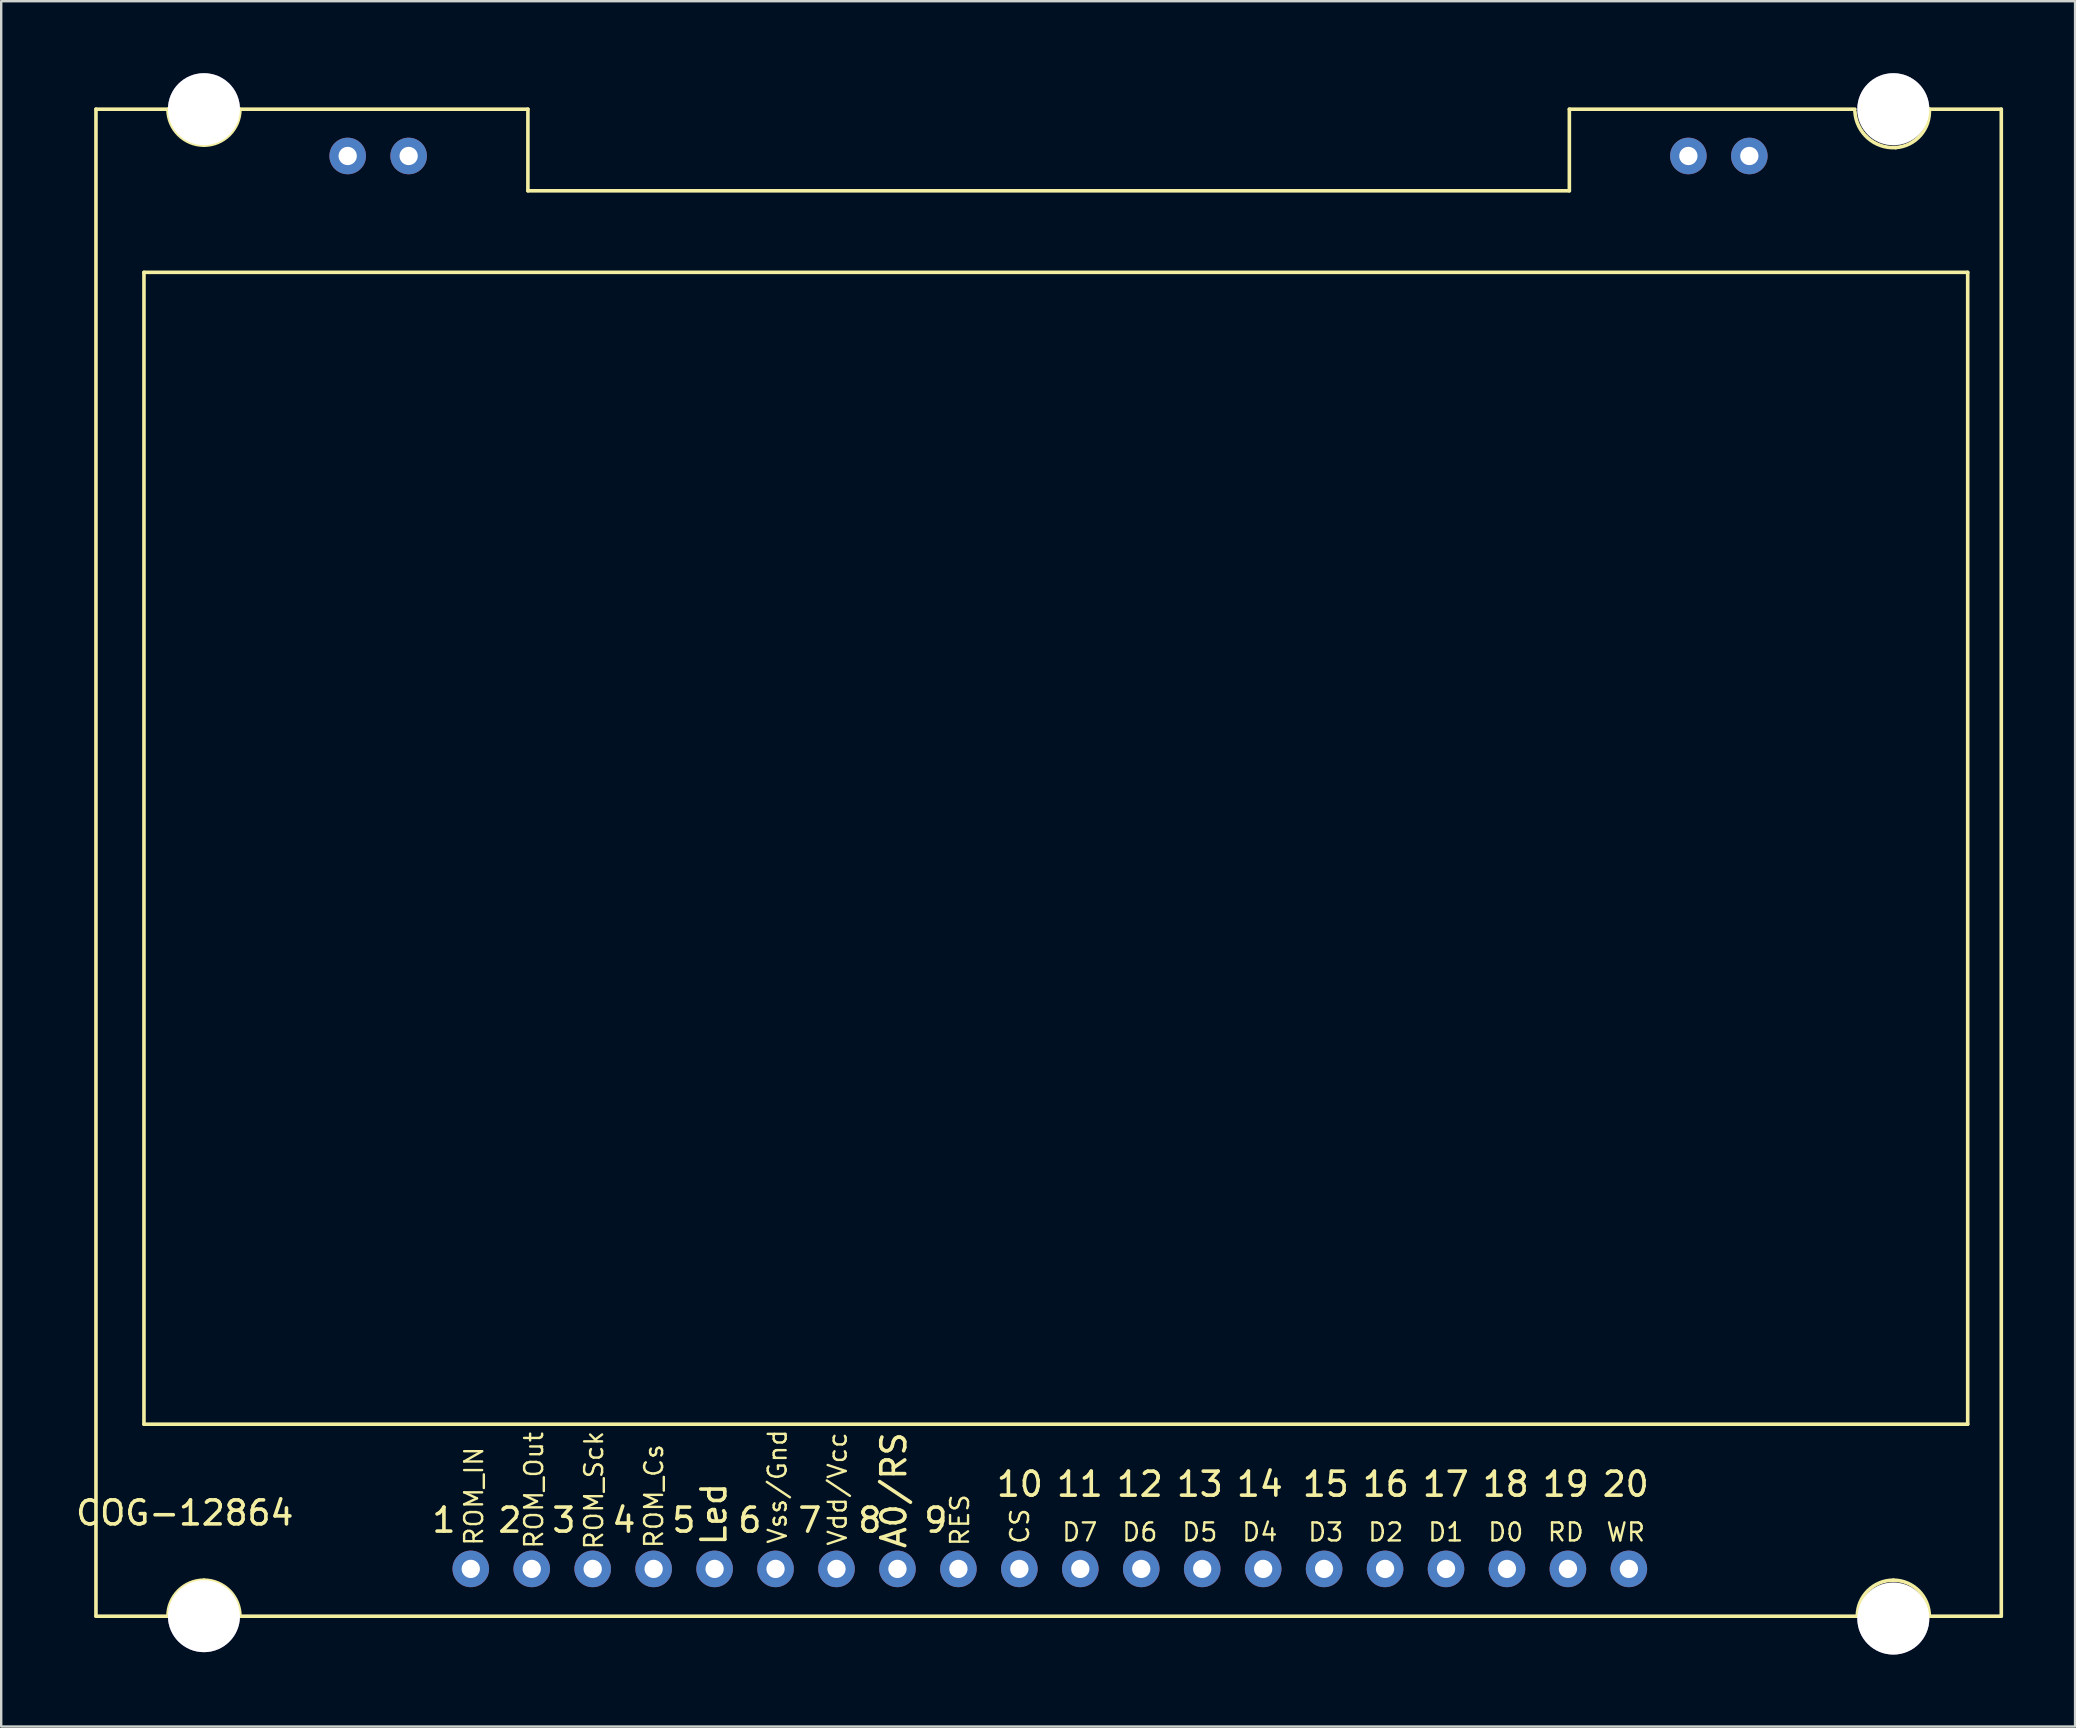
<source format=kicad_pcb>
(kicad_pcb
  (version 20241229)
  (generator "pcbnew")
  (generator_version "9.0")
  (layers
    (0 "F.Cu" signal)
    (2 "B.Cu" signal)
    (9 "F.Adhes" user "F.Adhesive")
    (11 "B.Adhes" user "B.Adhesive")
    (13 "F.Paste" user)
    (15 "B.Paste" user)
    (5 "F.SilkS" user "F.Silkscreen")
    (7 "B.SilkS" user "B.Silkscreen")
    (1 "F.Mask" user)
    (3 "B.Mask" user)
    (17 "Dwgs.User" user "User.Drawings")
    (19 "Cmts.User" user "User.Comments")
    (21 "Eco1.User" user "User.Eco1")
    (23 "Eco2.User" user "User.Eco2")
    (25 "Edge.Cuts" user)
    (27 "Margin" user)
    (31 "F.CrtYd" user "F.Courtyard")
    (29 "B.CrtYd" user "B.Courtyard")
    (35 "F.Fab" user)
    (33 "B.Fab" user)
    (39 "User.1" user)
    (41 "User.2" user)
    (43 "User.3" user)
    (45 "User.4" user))
  (footprint "COG-12864"
    (layer "F.Cu")
    (at 0.949 64.3)
    (property "Reference" "COG-12864" (at 3.7 -4.3 0) (layer "F.SilkS") (effects (font (size 1 1) (thickness 0.15))))
    (attr through_hole)
    (fp_line (start 0 -62.8) (end 0 0) (stroke (width 0.15) (type solid)) (layer "F.SilkS"))
    (fp_line (start 0 -62.8) (end 3 -62.8) (stroke (width 0.15) (type solid)) (layer "F.SilkS"))
    (fp_line (start 0 0) (end 3 0) (stroke (width 0.15) (type solid)) (layer "F.SilkS"))
    (fp_line (start 2 -56) (end 78 -56) (stroke (width 0.15) (type solid)) (layer "F.SilkS"))
    (fp_line (start 2 -8) (end 2 -56) (stroke (width 0.15) (type solid)) (layer "F.SilkS"))
    (fp_line (start 6 -62.8) (end 18 -62.8) (stroke (width 0.15) (type solid)) (layer "F.SilkS"))
    (fp_line (start 6 0) (end 73.4 0) (stroke (width 0.15) (type solid)) (layer "F.SilkS"))
    (fp_line (start 10.49 -60.79) (end 10.49 -60.86) (stroke (width 0.15) (type solid)) (layer "F.SilkS"))
    (fp_line (start 15.62 -2) (end 15.62 -1.95) (stroke (width 0.15) (type solid)) (layer "F.SilkS"))
    (fp_line (start 18 -62.8) (end 18 -59.4) (stroke (width 0.15) (type solid)) (layer "F.SilkS"))
    (fp_line (start 61.4 -62.8) (end 61.4 -59.4) (stroke (width 0.15) (type solid)) (layer "F.SilkS"))
    (fp_line (start 61.4 -62.8) (end 73.3 -62.8) (stroke (width 0.15) (type solid)) (layer "F.SilkS"))
    (fp_line (start 61.4 -59.4) (end 18 -59.4) (stroke (width 0.15) (type solid)) (layer "F.SilkS"))
    (fp_line (start 68.91 -60.83) (end 68.91 -60.85) (stroke (width 0.15) (type solid)) (layer "F.SilkS"))
    (fp_line (start 76.4 -62.8) (end 76.4 -62.7) (stroke (width 0.15) (type solid)) (layer "F.SilkS"))
    (fp_line (start 76.4 -62.8) (end 79.4 -62.8) (stroke (width 0.15) (type solid)) (layer "F.SilkS"))
    (fp_line (start 76.4 0) (end 79.4 0) (stroke (width 0.15) (type solid)) (layer "F.SilkS"))
    (fp_line (start 78 -56) (end 78 -8) (stroke (width 0.15) (type solid)) (layer "F.SilkS"))
    (fp_line (start 78 -8) (end 2 -8) (stroke (width 0.15) (type solid)) (layer "F.SilkS"))
    (fp_line (start 79.4 0) (end 79.4 -62.8) (stroke (width 0.15) (type solid)) (layer "F.SilkS"))
    (fp_arc (start 3 0) (mid 3.43934 -1.06066) (end 4.5 -1.5) (stroke (width 0.15) (type solid)) (layer "F.SilkS"))
    (fp_arc (start 4.5 -61.3) (mid 3.43934 -61.73934) (end 3 -62.8) (stroke (width 0.15) (type solid)) (layer "F.SilkS"))
    (fp_arc (start 4.5 -1.5) (mid 5.56066 -1.06066) (end 6 0) (stroke (width 0.15) (type solid)) (layer "F.SilkS"))
    (fp_arc (start 6 -62.8) (mid 5.56066 -61.73934) (end 4.5 -61.3) (stroke (width 0.15) (type solid)) (layer "F.SilkS"))
    (fp_arc (start 73.4 0) (mid 73.83934 -1.06066) (end 74.9 -1.5) (stroke (width 0.15) (type solid)) (layer "F.SilkS"))
    (fp_arc (start 74.9 -1.5) (mid 75.96066 -1.06066) (end 76.4 0) (stroke (width 0.15) (type solid)) (layer "F.SilkS"))
    (fp_arc (start 75 -61.2) (mid 73.83934 -61.597918) (end 73.3 -62.7) (stroke (width 0.15) (type solid)) (layer "F.SilkS"))
    (fp_arc (start 76.4 -62.8) (mid 76.031371 -61.710051) (end 75 -61.2) (stroke (width 0.15) (type solid)) (layer "F.SilkS"))
    (fp_text user "D4" (at 48.5 -3.5 0) (layer "F.SilkS") (effects (font (size 0.75 0.75) (thickness 0.1))))
    (fp_text user "ROM_Cs" (at 23.25 -5 90) (layer "F.SilkS") (effects (font (size 0.75 0.75) (thickness 0.1))))
    (fp_text user "4" (at 22 -4 0) (layer "F.SilkS") (effects (font (size 1 1) (thickness 0.15))))
    (fp_text user "Vss/Gnd" (at 28.4 -5.4 90) (layer "F.SilkS") (effects (font (size 0.75 0.75) (thickness 0.1))))
    (fp_text user "1" (at 14.5 -4 0) (layer "F.SilkS") (effects (font (size 1 1) (thickness 0.15))))
    (fp_text user "5" (at 24.5 -4 0) (layer "F.SilkS") (effects (font (size 1 1) (thickness 0.15))))
    (fp_text user "20" (at 63.75 -5.5 0) (layer "F.SilkS") (effects (font (size 1 1) (thickness 0.15))))
    (fp_text user "Led" (at 25.75 -4.25 90) (layer "F.SilkS") (effects (font (size 1 1) (thickness 0.15))))
    (fp_text user "3" (at 19.5 -4 0) (layer "F.SilkS") (effects (font (size 1 1) (thickness 0.15))))
    (fp_text user "ROM_Sck" (at 20.75 -5.25 90) (layer "F.SilkS") (effects (font (size 0.75 0.75) (thickness 0.1))))
    (fp_text user "6" (at 27.25 -4 0) (layer "F.SilkS") (effects (font (size 1 1) (thickness 0.15))))
    (fp_text user "16" (at 53.75 -5.5 0) (layer "F.SilkS") (effects (font (size 1 1) (thickness 0.15))))
    (fp_text user "ROM_Out" (at 18.25 -5.25 90) (layer "F.SilkS") (effects (font (size 0.75 0.75) (thickness 0.1))))
    (fp_text user "D3" (at 51.25 -3.5 0) (layer "F.SilkS") (effects (font (size 0.75 0.75) (thickness 0.1))))
    (fp_text user "Vdd/Vcc" (at 30.9 -5.3 90) (layer "F.SilkS") (effects (font (size 0.75 0.75) (thickness 0.1))))
    (fp_text user "11" (at 41 -5.5 0) (layer "F.SilkS") (effects (font (size 1 1) (thickness 0.15))))
    (fp_text user "14" (at 48.5 -5.5 0) (layer "F.SilkS") (effects (font (size 1 1) (thickness 0.15))))
    (fp_text user "A0/RS" (at 33.25 -5.25 90) (layer "F.SilkS") (effects (font (size 1 1) (thickness 0.15))))
    (fp_text user "19" (at 61.25 -5.5 0) (layer "F.SilkS") (effects (font (size 1 1) (thickness 0.15))))
    (fp_text user "RD" (at 61.25 -3.5 0) (layer "F.SilkS") (effects (font (size 0.75 0.75) (thickness 0.1))))
    (fp_text user "D2" (at 53.75 -3.5 0) (layer "F.SilkS") (effects (font (size 0.75 0.75) (thickness 0.1))))
    (fp_text user "18" (at 58.75 -5.5 0) (layer "F.SilkS") (effects (font (size 1 1) (thickness 0.15))))
    (fp_text user "10" (at 38.5 -5.5 0) (layer "F.SilkS") (effects (font (size 1 1) (thickness 0.15))))
    (fp_text user "D7" (at 41 -3.5 0) (layer "F.SilkS") (effects (font (size 0.75 0.75) (thickness 0.1))))
    (fp_text user "WR" (at 63.75 -3.5 0) (layer "F.SilkS") (effects (font (size 0.75 0.75) (thickness 0.1))))
    (fp_text user "7" (at 29.75 -4 0) (layer "F.SilkS") (effects (font (size 1 1) (thickness 0.15))))
    (fp_text user "D5" (at 46 -3.5 0) (layer "F.SilkS") (effects (font (size 0.75 0.75) (thickness 0.1))))
    (fp_text user "13" (at 46 -5.5 0) (layer "F.SilkS") (effects (font (size 1 1) (thickness 0.15))))
    (fp_text user "RES" (at 36 -4 90) (layer "F.SilkS") (effects (font (size 0.75 0.75) (thickness 0.1))))
    (fp_text user "9" (at 35 -4 0) (layer "F.SilkS") (effects (font (size 1 1) (thickness 0.15))))
    (fp_text user "2" (at 17.25 -4 0) (layer "F.SilkS") (effects (font (size 1 1) (thickness 0.15))))
    (fp_text user "D1" (at 56.25 -3.5 0) (layer "F.SilkS") (effects (font (size 0.75 0.75) (thickness 0.1))))
    (fp_text user "CS" (at 38.5 -3.75 90) (layer "F.SilkS") (effects (font (size 0.75 0.75) (thickness 0.1))))
    (fp_text user "12" (at 43.5 -5.5 0) (layer "F.SilkS") (effects (font (size 1 1) (thickness 0.15))))
    (fp_text user "D6" (at 43.5 -3.5 0) (layer "F.SilkS") (effects (font (size 0.75 0.75) (thickness 0.1))))
    (fp_text user "ROM_IN" (at 15.75 -5 90) (layer "F.SilkS") (effects (font (size 0.75 0.75) (thickness 0.1))))
    (fp_text user "17" (at 56.25 -5.5 0) (layer "F.SilkS") (effects (font (size 1 1) (thickness 0.15))))
    (fp_text user "8" (at 32.25 -4 0) (layer "F.SilkS") (effects (font (size 1 1) (thickness 0.15))))
    (fp_text user "15" (at 51.25 -5.5 0) (layer "F.SilkS") (effects (font (size 1 1) (thickness 0.15))))
    (fp_text user "D0" (at 58.75 -3.5 0) (layer "F.SilkS") (effects (font (size 0.75 0.75) (thickness 0.1))))
    (pad "" thru_hole circle (at 4.5 -62.8) (size 3 3) (drill 3) (layers "*.Cu" "*.Mask"))
    (pad "" thru_hole circle (at 4.5 0) (size 3 3) (drill 3) (layers "*.Cu" "*.Mask"))
    (pad "" thru_hole circle (at 74.9 -62.8) (size 3 3) (drill 3) (layers "*.Cu" "*.Mask"))
    (pad "" thru_hole circle (at 74.9 0.1) (size 3 3) (drill 3) (layers "*.Cu" "*.Mask"))
    (pad "1" thru_hole circle (at 15.62 -1.97) (size 1.524 1.524) (drill 0.762) (layers "*.Cu" "*.Mask"))
    (pad "2" thru_hole circle (at 18.16 -1.97) (size 1.524 1.524) (drill 0.762) (layers "*.Cu" "*.Mask"))
    (pad "3" thru_hole circle (at 20.7 -1.97) (size 1.524 1.524) (drill 0.762) (layers "*.Cu" "*.Mask"))
    (pad "4" thru_hole circle (at 23.24 -1.97) (size 1.524 1.524) (drill 0.762) (layers "*.Cu" "*.Mask"))
    (pad "5" thru_hole circle (at 25.78 -1.97) (size 1.524 1.524) (drill 0.762) (layers "*.Cu" "*.Mask"))
    (pad "6" thru_hole circle (at 28.32 -1.97) (size 1.524 1.524) (drill 0.762) (layers "*.Cu" "*.Mask"))
    (pad "7" thru_hole circle (at 30.86 -1.97) (size 1.524 1.524) (drill 0.762) (layers "*.Cu" "*.Mask"))
    (pad "8" thru_hole circle (at 33.4 -1.97) (size 1.524 1.524) (drill 0.762) (layers "*.Cu" "*.Mask"))
    (pad "9" thru_hole circle (at 35.94 -1.97) (size 1.524 1.524) (drill 0.762) (layers "*.Cu" "*.Mask"))
    (pad "10" thru_hole circle (at 38.48 -1.97) (size 1.524 1.524) (drill 0.762) (layers "*.Cu" "*.Mask"))
    (pad "11" thru_hole circle (at 41.02 -1.97) (size 1.524 1.524) (drill 0.762) (layers "*.Cu" "*.Mask"))
    (pad "12" thru_hole circle (at 43.56 -1.97) (size 1.524 1.524) (drill 0.762) (layers "*.Cu" "*.Mask"))
    (pad "13" thru_hole circle (at 46.1 -1.97) (size 1.524 1.524) (drill 0.762) (layers "*.Cu" "*.Mask"))
    (pad "14" thru_hole circle (at 48.64 -1.97) (size 1.524 1.524) (drill 0.762) (layers "*.Cu" "*.Mask"))
    (pad "15" thru_hole circle (at 51.18 -1.97) (size 1.524 1.524) (drill 0.762) (layers "*.Cu" "*.Mask"))
    (pad "16" thru_hole circle (at 53.72 -1.97) (size 1.524 1.524) (drill 0.762) (layers "*.Cu" "*.Mask"))
    (pad "17" thru_hole circle (at 56.26 -1.97) (size 1.524 1.524) (drill 0.762) (layers "*.Cu" "*.Mask"))
    (pad "18" thru_hole circle (at 58.8 -1.97) (size 1.524 1.524) (drill 0.762) (layers "*.Cu" "*.Mask"))
    (pad "19" thru_hole circle (at 61.34 -1.97) (size 1.524 1.524) (drill 0.762) (layers "*.Cu" "*.Mask"))
    (pad "20" thru_hole circle (at 63.88 -1.97) (size 1.524 1.524) (drill 0.762) (layers "*.Cu" "*.Mask"))
    (pad "21" thru_hole circle (at 10.49 -60.85) (size 1.524 1.524) (drill 0.762) (layers "*.Cu" "*.Mask"))
    (pad "22" thru_hole circle (at 13.03 -60.85) (size 1.524 1.524) (drill 0.762) (layers "*.Cu" "*.Mask"))
    (pad "23" thru_hole circle (at 66.36 -60.85) (size 1.524 1.524) (drill 0.762) (layers "*.Cu" "*.Mask"))
    (pad "24" thru_hole circle (at 68.9 -60.85) (size 1.524 1.524) (drill 0.762) (layers "*.Cu" "*.Mask")))
  (gr_rect
    (start -3 -3)
    (end 83.424 68.9)
    (stroke (width 0.1) (type default))
    (fill no)
    (layer "Edge.Cuts")))
</source>
